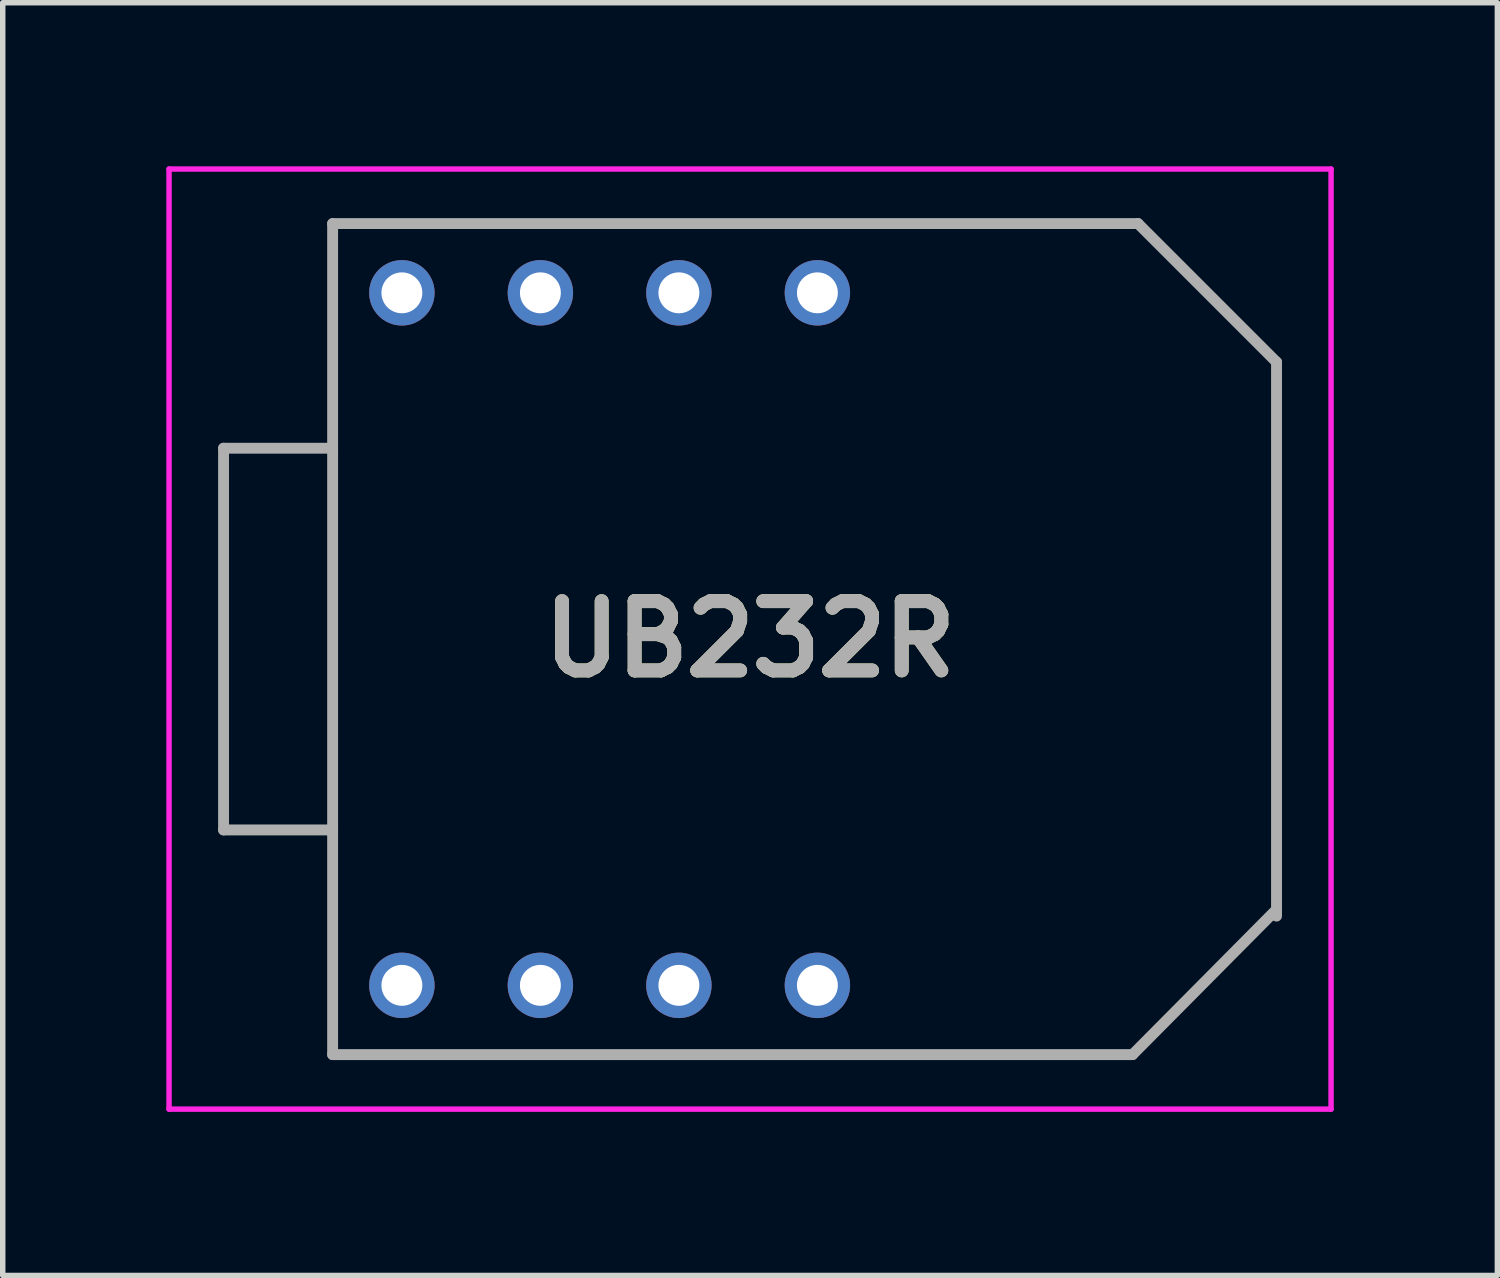
<source format=kicad_pcb>
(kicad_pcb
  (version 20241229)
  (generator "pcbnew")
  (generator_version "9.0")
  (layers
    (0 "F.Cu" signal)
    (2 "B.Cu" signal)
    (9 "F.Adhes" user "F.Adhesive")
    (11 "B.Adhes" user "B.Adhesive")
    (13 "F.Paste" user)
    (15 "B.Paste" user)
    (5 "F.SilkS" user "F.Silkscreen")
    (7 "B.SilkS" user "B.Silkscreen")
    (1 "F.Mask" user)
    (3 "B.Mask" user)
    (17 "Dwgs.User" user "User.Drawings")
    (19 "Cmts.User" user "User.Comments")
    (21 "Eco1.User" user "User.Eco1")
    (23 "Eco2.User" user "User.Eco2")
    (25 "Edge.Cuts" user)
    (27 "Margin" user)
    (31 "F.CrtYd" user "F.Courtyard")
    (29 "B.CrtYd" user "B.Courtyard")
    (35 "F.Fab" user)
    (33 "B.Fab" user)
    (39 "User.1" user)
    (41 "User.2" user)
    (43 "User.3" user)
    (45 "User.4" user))
  (footprint "UB232R"
    (layer "F.Cu")
    (at 10.705 8.67)
    (property "Reference" "UB232R" (at 0 0 0) (layer "F.SilkS") (effects (font (size 1.27 1.27) (thickness 0.254))))
    (attr through_hole)
    (fp_line (start -9.655 -3.5) (end -7.655 -3.5) (stroke (width 0.1) (type solid)) (layer "F.SilkS"))
    (fp_line (start -9.655 3.5) (end -9.655 -3.5) (stroke (width 0.1) (type solid)) (layer "F.SilkS"))
    (fp_line (start -7.655 -7.62) (end 7.115 -7.62) (stroke (width 0.1) (type solid)) (layer "F.SilkS"))
    (fp_line (start -7.655 3.5) (end -9.655 3.5) (stroke (width 0.1) (type solid)) (layer "F.SilkS"))
    (fp_line (start -7.655 7.5) (end -7.655 -7.62) (stroke (width 0.1) (type solid)) (layer "F.SilkS"))
    (fp_line (start 7.015 7.62) (end -7.655 7.62) (stroke (width 0.1) (type solid)) (layer "F.SilkS"))
    (fp_line (start 7.115 -7.62) (end 9.655 -5.08) (stroke (width 0.1) (type solid)) (layer "F.SilkS"))
    (fp_line (start 9.655 -5.08) (end 9.655 5) (stroke (width 0.1) (type solid)) (layer "F.SilkS"))
    (fp_line (start 9.655 5) (end 7.015 7.62) (stroke (width 0.1) (type solid)) (layer "F.SilkS"))
    (fp_line (start -10.655 -8.62) (end 10.655 -8.62) (stroke (width 0.1) (type solid)) (layer "F.CrtYd"))
    (fp_line (start -10.655 8.62) (end -10.655 -8.62) (stroke (width 0.1) (type solid)) (layer "F.CrtYd"))
    (fp_line (start 10.655 -8.62) (end 10.655 8.62) (stroke (width 0.1) (type solid)) (layer "F.CrtYd"))
    (fp_line (start 10.655 8.62) (end -10.655 8.62) (stroke (width 0.1) (type solid)) (layer "F.CrtYd"))
    (fp_line (start -9.655 -3.5) (end -7.655 -3.5) (stroke (width 0.2) (type solid)) (layer "F.Fab"))
    (fp_line (start -9.655 3.5) (end -9.655 -3.5) (stroke (width 0.2) (type solid)) (layer "F.Fab"))
    (fp_line (start -7.655 -7.62) (end 7.115 -7.62) (stroke (width 0.2) (type solid)) (layer "F.Fab"))
    (fp_line (start -7.655 3.5) (end -9.655 3.5) (stroke (width 0.2) (type solid)) (layer "F.Fab"))
    (fp_line (start -7.655 7.62) (end -7.655 -7.62) (stroke (width 0.2) (type solid)) (layer "F.Fab"))
    (fp_line (start -7.655 7.62) (end 7.015 7.62) (stroke (width 0.2) (type solid)) (layer "F.Fab"))
    (fp_line (start 7.115 -7.62) (end 9.655 -5.08) (stroke (width 0.2) (type solid)) (layer "F.Fab"))
    (fp_line (start 9.615 5) (end 7.015 7.62) (stroke (width 0.2) (type solid)) (layer "F.Fab"))
    (fp_line (start 9.655 -5.08) (end 9.655 5.08) (stroke (width 0.2) (type solid)) (layer "F.Fab"))
    (fp_text user "${REFERENCE}" (at 0 0 0) (layer "F.Fab") (effects (font (size 1.27 1.27) (thickness 0.254))))
    (pad "1" thru_hole circle (at -6.385 6.35) (size 1.2 1.2) (drill 0.75) (layers "*.Cu" "*.Mask"))
    (pad "2" thru_hole circle (at -3.845 6.35) (size 1.2 1.2) (drill 0.75) (layers "*.Cu" "*.Mask"))
    (pad "3" thru_hole circle (at -1.305 6.35) (size 1.2 1.2) (drill 0.75) (layers "*.Cu" "*.Mask"))
    (pad "4" thru_hole circle (at 1.235 6.35) (size 1.2 1.2) (drill 0.75) (layers "*.Cu" "*.Mask"))
    (pad "5" thru_hole circle (at 1.235 -6.35) (size 1.2 1.2) (drill 0.75) (layers "*.Cu" "*.Mask"))
    (pad "6" thru_hole circle (at -1.305 -6.35) (size 1.2 1.2) (drill 0.75) (layers "*.Cu" "*.Mask"))
    (pad "7" thru_hole circle (at -3.845 -6.35) (size 1.2 1.2) (drill 0.75) (layers "*.Cu" "*.Mask"))
    (pad "8" thru_hole circle (at -6.385 -6.35) (size 1.2 1.2) (drill 0.75) (layers "*.Cu" "*.Mask")))
  (gr_rect
    (start -3 -3)
    (end 24.41 20.34)
    (stroke (width 0.1) (type default))
    (fill no)
    (layer "Edge.Cuts")))
</source>
